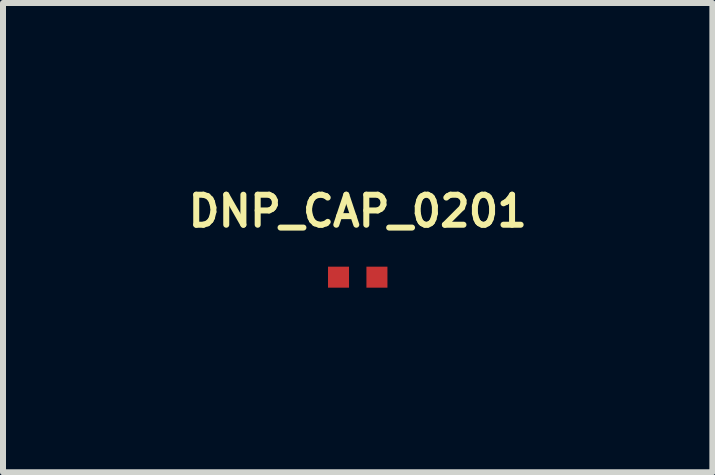
<source format=kicad_pcb>
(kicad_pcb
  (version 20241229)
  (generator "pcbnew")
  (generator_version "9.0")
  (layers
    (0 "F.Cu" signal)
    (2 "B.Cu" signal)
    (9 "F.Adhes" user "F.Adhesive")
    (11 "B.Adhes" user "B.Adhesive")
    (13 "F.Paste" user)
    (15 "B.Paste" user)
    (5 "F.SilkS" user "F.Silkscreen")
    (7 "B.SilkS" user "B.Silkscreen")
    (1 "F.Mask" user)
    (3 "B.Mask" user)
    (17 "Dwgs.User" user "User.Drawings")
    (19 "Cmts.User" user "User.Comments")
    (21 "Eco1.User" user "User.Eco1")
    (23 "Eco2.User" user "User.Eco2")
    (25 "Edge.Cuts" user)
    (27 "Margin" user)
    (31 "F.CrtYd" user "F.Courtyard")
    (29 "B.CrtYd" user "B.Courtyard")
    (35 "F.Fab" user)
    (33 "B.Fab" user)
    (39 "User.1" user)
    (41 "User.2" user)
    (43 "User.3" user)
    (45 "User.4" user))
  (footprint "DNP_CAP_0201"
    (layer "F.Cu")
    (at 2.91 1.568)
    (property "Reference" "DNP_CAP_0201" (at 0 -1.1 0) (layer "F.SilkS") (effects (font (size 0.5 0.5) (thickness 0.1))))
    (attr smd)
    (pad "1" smd rect (at -0.32 0) (size 0.35 0.35) (layers "F.Cu" "F.Mask" "F.Paste"))
    (pad "2" smd rect (at 0.32 0) (size 0.35 0.35) (layers "F.Cu" "F.Mask" "F.Paste")))
  (gr_rect
    (start -3 -3)
    (end 8.819 4.818)
    (stroke (width 0.1) (type default))
    (fill no)
    (layer "Edge.Cuts")))
</source>
